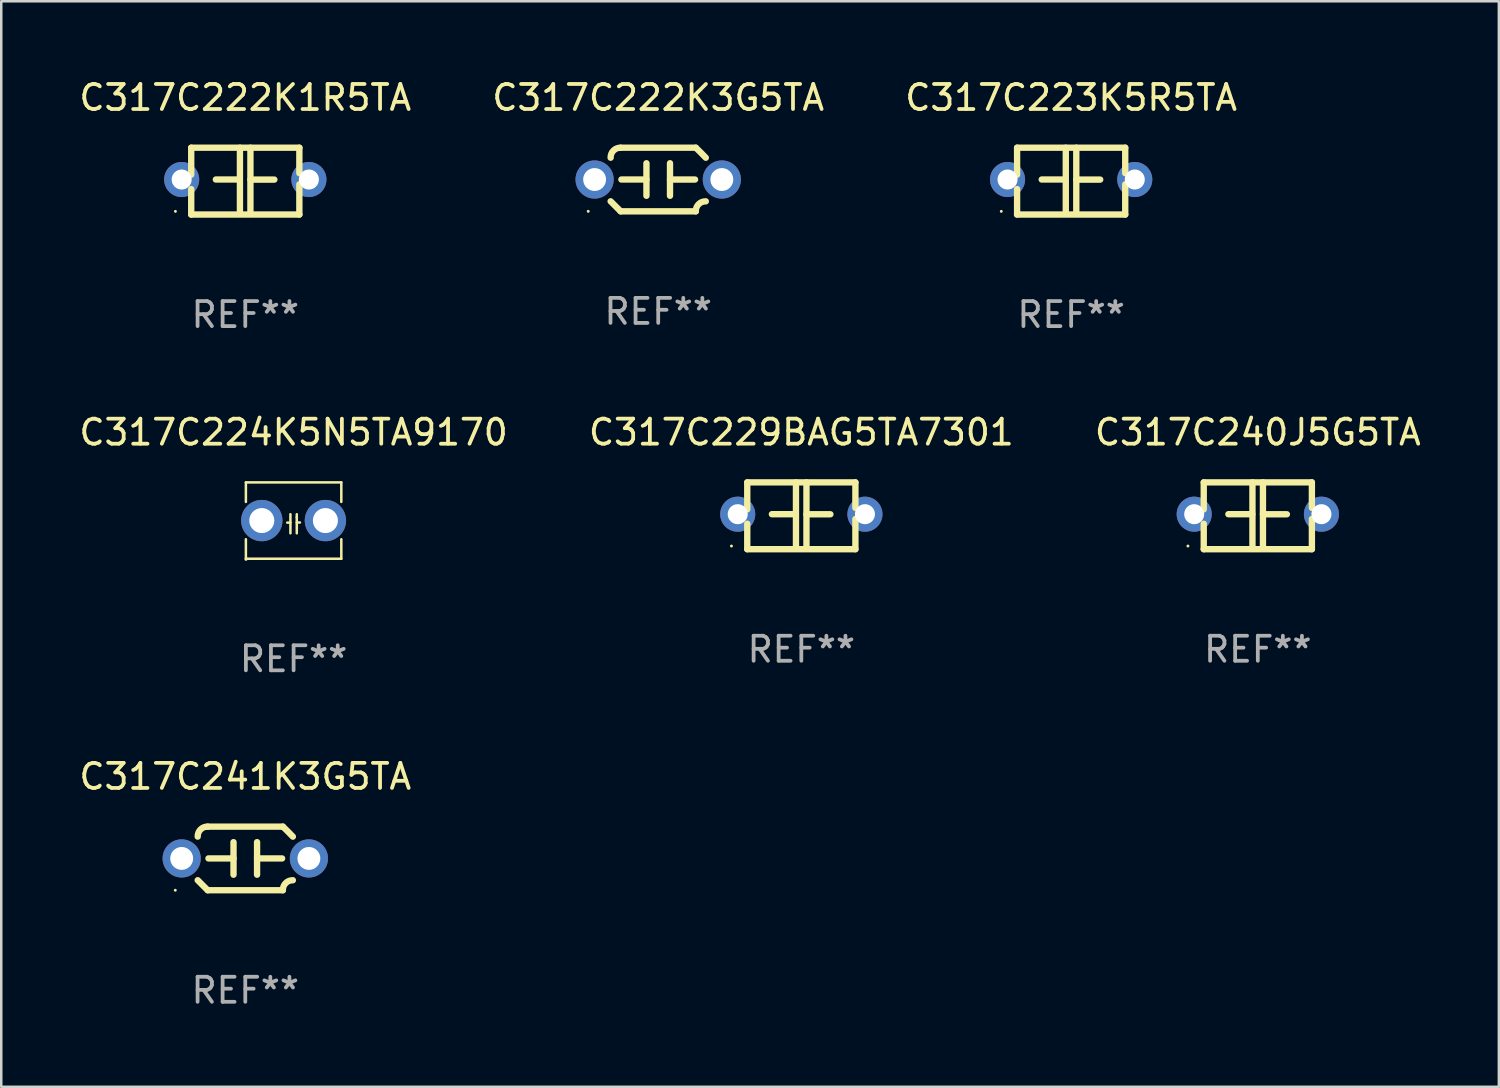
<source format=kicad_pcb>
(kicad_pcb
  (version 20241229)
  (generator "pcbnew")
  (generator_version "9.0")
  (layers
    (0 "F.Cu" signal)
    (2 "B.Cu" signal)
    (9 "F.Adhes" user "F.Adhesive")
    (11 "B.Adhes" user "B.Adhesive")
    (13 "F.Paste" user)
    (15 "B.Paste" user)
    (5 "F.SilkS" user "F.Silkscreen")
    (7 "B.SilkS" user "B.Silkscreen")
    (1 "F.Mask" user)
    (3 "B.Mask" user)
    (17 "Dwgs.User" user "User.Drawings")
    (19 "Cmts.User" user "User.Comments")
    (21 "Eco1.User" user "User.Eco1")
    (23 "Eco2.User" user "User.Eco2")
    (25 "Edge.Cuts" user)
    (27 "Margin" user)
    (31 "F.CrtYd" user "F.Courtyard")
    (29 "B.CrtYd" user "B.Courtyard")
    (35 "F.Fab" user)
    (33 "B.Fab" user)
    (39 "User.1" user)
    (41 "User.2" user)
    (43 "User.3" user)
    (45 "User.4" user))
  (footprint "C317C222K3G5TA"
    (layer "F.Cu")
    (at 23.232 4.118)
    (property "Reference" "C317C222K3G5TA" (at 0 -3.27 0) (layer "F.SilkS") (effects (font (size 1 1) (thickness 0.15))))
    (attr through_hole)
    (fp_line (start -1.5 -1.27) (end 1.5 -1.27) (stroke (width 0.254) (type solid)) (layer "F.SilkS"))
    (fp_line (start -0.47 -0.65) (end -0.47 0.65) (stroke (width 0.254) (type solid)) (layer "F.SilkS"))
    (fp_line (start -0.47 -0.000381) (end -1.47 -0.000381) (stroke (width 0.254) (type solid)) (layer "F.SilkS"))
    (fp_line (start 0.47 0.000356) (end 1.47 0.000356) (stroke (width 0.254) (type solid)) (layer "F.SilkS"))
    (fp_line (start 0.47 0.65) (end 0.47 -0.65) (stroke (width 0.254) (type solid)) (layer "F.SilkS"))
    (fp_line (start 1.5 1.27) (end -1.5 1.27) (stroke (width 0.254) (type solid)) (layer "F.SilkS"))
    (fp_arc (start -1.899924 -0.871221) (mid -1.78599 -1.156887) (end -1.5 -1.270003) (stroke (width 0.254001) (type solid)) (layer "F.SilkS"))
    (fp_arc (start -1.501217 1.269929) (mid -1.700682 1.070039) (end -1.9 0.870003) (stroke (width 0.254001) (type solid)) (layer "F.SilkS"))
    (fp_arc (start 1.5 1.270003) (mid 1.614112 0.984517) (end 1.899923 0.871222) (stroke (width 0.254001) (type solid)) (layer "F.SilkS"))
    (fp_arc (start 1.501219 -1.269927) (mid 1.70319 -1.072538) (end 1.9 -0.870003) (stroke (width 0.254001) (type solid)) (layer "F.SilkS"))
    (fp_circle (center -2.795 1.27) (end -2.765 1.27) (stroke (width 0.06) (type solid)) (fill no) (layer "F.SilkS"))
    (fp_text user "REF**" (at 0 5.27 0) (layer "F.Fab") (effects (font (size 1 1) (thickness 0.15))))
    (pad "1" thru_hole circle (at -2.54 0) (size 1.524 1.524) (drill 0.914) (layers "*.Cu" "*.Mask"))
    (pad "2" thru_hole circle (at 2.54 0) (size 1.524 1.524) (drill 0.914) (layers "*.Cu" "*.Mask")))
  (footprint "C317C229BAG5TA7301"
    (layer "F.Cu")
    (at 28.946 17.545)
    (property "Reference" "C317C229BAG5TA7301" (at 0 -3.334 0) (layer "F.SilkS") (effects (font (size 1 1) (thickness 0.15))))
    (attr through_hole)
    (fp_line (start -2.159 -1.334) (end 2.159 -1.334) (stroke (width 0.254) (type solid)) (layer "F.SilkS"))
    (fp_line (start -2.159 -0.256) (end -2.159 -1.334) (stroke (width 0.254) (type solid)) (layer "F.SilkS"))
    (fp_line (start -2.159 1.334) (end -2.159 0.318) (stroke (width 0.254) (type solid)) (layer "F.SilkS"))
    (fp_line (start -0.22 -0.064) (end -1.175 -0.064) (stroke (width 0.254) (type solid)) (layer "F.SilkS"))
    (fp_line (start -0.214 -1.334) (end -0.214 1.207) (stroke (width 0.254) (type solid)) (layer "F.SilkS"))
    (fp_line (start 0.205 -1.334) (end 0.205 1.207) (stroke (width 0.254) (type solid)) (layer "F.SilkS"))
    (fp_line (start 0.205 -0.061) (end 1.16 -0.061) (stroke (width 0.254) (type solid)) (layer "F.SilkS"))
    (fp_line (start 2.159 -1.334) (end 2.159 -0.318) (stroke (width 0.254) (type solid)) (layer "F.SilkS"))
    (fp_line (start 2.159 0.129) (end 2.159 1.334) (stroke (width 0.254) (type solid)) (layer "F.SilkS"))
    (fp_line (start 2.159 1.334) (end -2.159 1.334) (stroke (width 0.254) (type solid)) (layer "F.SilkS"))
    (fp_circle (center -2.79 1.207) (end -2.76 1.207) (stroke (width 0.06) (type solid)) (fill no) (layer "F.SilkS"))
    (fp_text user "REF**" (at 0 5.334 0) (layer "F.Fab") (effects (font (size 1 1) (thickness 0.15))))
    (pad "1" thru_hole circle (at -2.54 -0.064) (size 1.4 1.4) (drill 0.8) (layers "*.Cu" "*.Mask"))
    (pad "2" thru_hole circle (at 2.54 -0.064) (size 1.4 1.4) (drill 0.8) (layers "*.Cu" "*.Mask")))
  (footprint "C317C224K5N5TA9170"
    (layer "F.Cu")
    (at 8.673 17.736)
    (property "Reference" "C317C224K5N5TA9170" (at 0 -3.524 0) (layer "F.SilkS") (effects (font (size 1 1) (thickness 0.15))))
    (attr through_hole)
    (fp_line (start -1.905 -1.524) (end -1.905 -0.745) (stroke (width 0.1) (type solid)) (layer "F.SilkS"))
    (fp_line (start -1.905 0.745) (end -1.905 1.524) (stroke (width 0.1) (type solid)) (layer "F.SilkS"))
    (fp_line (start -1.905 1.524) (end 1.905 1.524) (stroke (width 0.1) (type solid)) (layer "F.SilkS"))
    (fp_line (start -0.127 -0.254) (end -0.127 0.508) (stroke (width 0.1) (type solid)) (layer "F.SilkS"))
    (fp_line (start -0.127 0.082) (end -0.254 0.082) (stroke (width 0.1) (type solid)) (layer "F.SilkS"))
    (fp_line (start 0.127 -0.127) (end 0.127 -0.254) (stroke (width 0.1) (type solid)) (layer "F.SilkS"))
    (fp_line (start 0.127 -0.127) (end 0.127 0.508) (stroke (width 0.1) (type solid)) (layer "F.SilkS"))
    (fp_line (start 0.127 0.077) (end 0.254 0.077) (stroke (width 0.1) (type solid)) (layer "F.SilkS"))
    (fp_line (start 1.905 -1.524) (end -1.905 -1.524) (stroke (width 0.1) (type solid)) (layer "F.SilkS"))
    (fp_line (start 1.905 -0.745) (end 1.905 -1.524) (stroke (width 0.1) (type solid)) (layer "F.SilkS"))
    (fp_line (start 1.905 1.524) (end 1.905 0.745) (stroke (width 0.1) (type solid)) (layer "F.SilkS"))
    (fp_circle (center -1.9 1.55) (end -1.87 1.55) (stroke (width 0.06) (type solid)) (fill no) (layer "F.SilkS"))
    (fp_text user "REF**" (at 0 5.524 0) (layer "F.Fab") (effects (font (size 1 1) (thickness 0.15))))
    (pad "1" thru_hole circle (at -1.27 0) (size 1.65 1.65) (drill 1) (layers "*.Cu" "*.Mask"))
    (pad "2" thru_hole circle (at 1.27 0) (size 1.65 1.65) (drill 1) (layers "*.Cu" "*.Mask")))
  (footprint "C317C222K1R5TA"
    (layer "F.Cu")
    (at 6.744 4.182)
    (property "Reference" "C317C222K1R5TA" (at 0 -3.334 0) (layer "F.SilkS") (effects (font (size 1 1) (thickness 0.15))))
    (attr through_hole)
    (fp_line (start -2.159 -1.334) (end 2.159 -1.334) (stroke (width 0.254) (type solid)) (layer "F.SilkS"))
    (fp_line (start -2.159 -0.256) (end -2.159 -1.334) (stroke (width 0.254) (type solid)) (layer "F.SilkS"))
    (fp_line (start -2.159 1.334) (end -2.159 0.318) (stroke (width 0.254) (type solid)) (layer "F.SilkS"))
    (fp_line (start -0.22 -0.064) (end -1.175 -0.064) (stroke (width 0.254) (type solid)) (layer "F.SilkS"))
    (fp_line (start -0.214 -1.334) (end -0.214 1.207) (stroke (width 0.254) (type solid)) (layer "F.SilkS"))
    (fp_line (start 0.205 -1.334) (end 0.205 1.207) (stroke (width 0.254) (type solid)) (layer "F.SilkS"))
    (fp_line (start 0.205 -0.061) (end 1.16 -0.061) (stroke (width 0.254) (type solid)) (layer "F.SilkS"))
    (fp_line (start 2.159 -1.334) (end 2.159 -0.318) (stroke (width 0.254) (type solid)) (layer "F.SilkS"))
    (fp_line (start 2.159 0.129) (end 2.159 1.334) (stroke (width 0.254) (type solid)) (layer "F.SilkS"))
    (fp_line (start 2.159 1.334) (end -2.159 1.334) (stroke (width 0.254) (type solid)) (layer "F.SilkS"))
    (fp_circle (center -2.79 1.207) (end -2.76 1.207) (stroke (width 0.06) (type solid)) (fill no) (layer "F.SilkS"))
    (fp_text user "REF**" (at 0 5.334 0) (layer "F.Fab") (effects (font (size 1 1) (thickness 0.15))))
    (pad "1" thru_hole circle (at -2.54 -0.064) (size 1.4 1.4) (drill 0.8) (layers "*.Cu" "*.Mask"))
    (pad "2" thru_hole circle (at 2.54 -0.064) (size 1.4 1.4) (drill 0.8) (layers "*.Cu" "*.Mask")))
  (footprint "C317C240J5G5TA"
    (layer "F.Cu")
    (at 47.173 17.545)
    (property "Reference" "C317C240J5G5TA" (at 0 -3.334 0) (layer "F.SilkS") (effects (font (size 1 1) (thickness 0.15))))
    (attr through_hole)
    (fp_line (start -2.159 -1.334) (end 2.159 -1.334) (stroke (width 0.254) (type solid)) (layer "F.SilkS"))
    (fp_line (start -2.159 -0.256) (end -2.159 -1.334) (stroke (width 0.254) (type solid)) (layer "F.SilkS"))
    (fp_line (start -2.159 1.334) (end -2.159 0.318) (stroke (width 0.254) (type solid)) (layer "F.SilkS"))
    (fp_line (start -0.22 -0.064) (end -1.175 -0.064) (stroke (width 0.254) (type solid)) (layer "F.SilkS"))
    (fp_line (start -0.214 -1.334) (end -0.214 1.207) (stroke (width 0.254) (type solid)) (layer "F.SilkS"))
    (fp_line (start 0.205 -1.334) (end 0.205 1.207) (stroke (width 0.254) (type solid)) (layer "F.SilkS"))
    (fp_line (start 0.205 -0.061) (end 1.16 -0.061) (stroke (width 0.254) (type solid)) (layer "F.SilkS"))
    (fp_line (start 2.159 -1.334) (end 2.159 -0.318) (stroke (width 0.254) (type solid)) (layer "F.SilkS"))
    (fp_line (start 2.159 0.129) (end 2.159 1.334) (stroke (width 0.254) (type solid)) (layer "F.SilkS"))
    (fp_line (start 2.159 1.334) (end -2.159 1.334) (stroke (width 0.254) (type solid)) (layer "F.SilkS"))
    (fp_circle (center -2.79 1.207) (end -2.76 1.207) (stroke (width 0.06) (type solid)) (fill no) (layer "F.SilkS"))
    (fp_text user "REF**" (at 0 5.334 0) (layer "F.Fab") (effects (font (size 1 1) (thickness 0.15))))
    (pad "1" thru_hole circle (at -2.54 -0.064) (size 1.4 1.4) (drill 0.8) (layers "*.Cu" "*.Mask"))
    (pad "2" thru_hole circle (at 2.54 -0.064) (size 1.4 1.4) (drill 0.8) (layers "*.Cu" "*.Mask")))
  (footprint "C317C241K3G5TA"
    (layer "F.Cu")
    (at 6.744 31.226)
    (property "Reference" "C317C241K3G5TA" (at 0 -3.27 0) (layer "F.SilkS") (effects (font (size 1 1) (thickness 0.15))))
    (attr through_hole)
    (fp_line (start -1.5 -1.27) (end 1.5 -1.27) (stroke (width 0.254) (type solid)) (layer "F.SilkS"))
    (fp_line (start -0.47 -0.65) (end -0.47 0.65) (stroke (width 0.254) (type solid)) (layer "F.SilkS"))
    (fp_line (start -0.47 -0.000381) (end -1.47 -0.000381) (stroke (width 0.254) (type solid)) (layer "F.SilkS"))
    (fp_line (start 0.47 0.000356) (end 1.47 0.000356) (stroke (width 0.254) (type solid)) (layer "F.SilkS"))
    (fp_line (start 0.47 0.65) (end 0.47 -0.65) (stroke (width 0.254) (type solid)) (layer "F.SilkS"))
    (fp_line (start 1.5 1.27) (end -1.5 1.27) (stroke (width 0.254) (type solid)) (layer "F.SilkS"))
    (fp_arc (start -1.899924 -0.871221) (mid -1.78599 -1.156887) (end -1.5 -1.270003) (stroke (width 0.254001) (type solid)) (layer "F.SilkS"))
    (fp_arc (start -1.501217 1.269929) (mid -1.700682 1.070039) (end -1.9 0.870003) (stroke (width 0.254001) (type solid)) (layer "F.SilkS"))
    (fp_arc (start 1.5 1.270003) (mid 1.614112 0.984517) (end 1.899923 0.871222) (stroke (width 0.254001) (type solid)) (layer "F.SilkS"))
    (fp_arc (start 1.501219 -1.269927) (mid 1.70319 -1.072538) (end 1.9 -0.870003) (stroke (width 0.254001) (type solid)) (layer "F.SilkS"))
    (fp_circle (center -2.795 1.27) (end -2.765 1.27) (stroke (width 0.06) (type solid)) (fill no) (layer "F.SilkS"))
    (fp_text user "REF**" (at 0 5.27 0) (layer "F.Fab") (effects (font (size 1 1) (thickness 0.15))))
    (pad "1" thru_hole circle (at -2.54 0) (size 1.524 1.524) (drill 0.914) (layers "*.Cu" "*.Mask"))
    (pad "2" thru_hole circle (at 2.54 0) (size 1.524 1.524) (drill 0.914) (layers "*.Cu" "*.Mask")))
  (footprint "C317C223K5R5TA"
    (layer "F.Cu")
    (at 39.72 4.182)
    (property "Reference" "C317C223K5R5TA" (at 0 -3.334 0) (layer "F.SilkS") (effects (font (size 1 1) (thickness 0.15))))
    (attr through_hole)
    (fp_line (start -2.159 -1.334) (end 2.159 -1.334) (stroke (width 0.254) (type solid)) (layer "F.SilkS"))
    (fp_line (start -2.159 -0.256) (end -2.159 -1.334) (stroke (width 0.254) (type solid)) (layer "F.SilkS"))
    (fp_line (start -2.159 1.334) (end -2.159 0.318) (stroke (width 0.254) (type solid)) (layer "F.SilkS"))
    (fp_line (start -0.22 -0.064) (end -1.175 -0.064) (stroke (width 0.254) (type solid)) (layer "F.SilkS"))
    (fp_line (start -0.214 -1.334) (end -0.214 1.207) (stroke (width 0.254) (type solid)) (layer "F.SilkS"))
    (fp_line (start 0.205 -1.334) (end 0.205 1.207) (stroke (width 0.254) (type solid)) (layer "F.SilkS"))
    (fp_line (start 0.205 -0.061) (end 1.16 -0.061) (stroke (width 0.254) (type solid)) (layer "F.SilkS"))
    (fp_line (start 2.159 -1.334) (end 2.159 -0.318) (stroke (width 0.254) (type solid)) (layer "F.SilkS"))
    (fp_line (start 2.159 0.129) (end 2.159 1.334) (stroke (width 0.254) (type solid)) (layer "F.SilkS"))
    (fp_line (start 2.159 1.334) (end -2.159 1.334) (stroke (width 0.254) (type solid)) (layer "F.SilkS"))
    (fp_circle (center -2.79 1.207) (end -2.76 1.207) (stroke (width 0.06) (type solid)) (fill no) (layer "F.SilkS"))
    (fp_text user "REF**" (at 0 5.334 0) (layer "F.Fab") (effects (font (size 1 1) (thickness 0.15))))
    (pad "1" thru_hole circle (at -2.54 -0.064) (size 1.4 1.4) (drill 0.8) (layers "*.Cu" "*.Mask"))
    (pad "2" thru_hole circle (at 2.54 -0.064) (size 1.4 1.4) (drill 0.8) (layers "*.Cu" "*.Mask")))
  (gr_rect
    (start -3 -3)
    (end 56.798 40.345)
    (stroke (width 0.1) (type default))
    (fill no)
    (layer "Edge.Cuts")))
</source>
